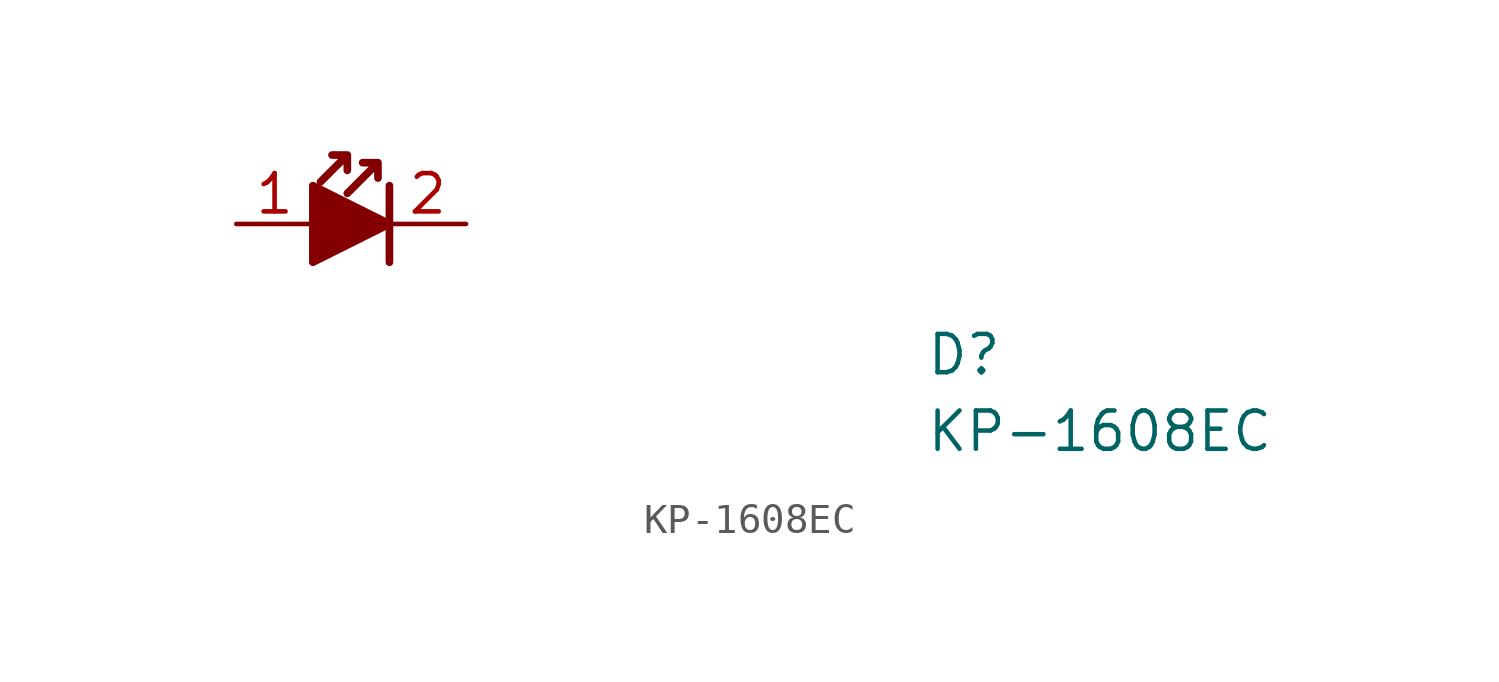
<source format=kicad_sym>
(kicad_symbol_lib
  (version 20211014)
  (generator kicad_symbol_editor)
  (symbol "KP-1608EC"
    (pin_names hide)
    (property "Reference" "D"
      (at 22.86 -5.08 0)
      (effects (font (size 1.27 1.27) (thickness 0.15)) (justify left bottom)))
    (property "Value" "KP-1608EC"
      (at 22.86 -7.62 0)
      (effects (font (size 1.27 1.27) (thickness 0.15)) (justify left bottom)))
    (symbol "KP-1608EC_1_1"
      (polyline (pts (xy 5.08 1.27) (xy 5.08 -1.27)) (stroke (width 0.254) (type default) (color 0 0 0 0)) (fill (type none)))
      (polyline (pts (xy 2.54 1.27) (xy 2.54 -1.27) (xy 5.08 0) (xy 2.54 1.27)) (stroke (width 0.254) (type default) (color 0 0 0 0)) (fill (type outline)))
      (polyline (pts (xy 3.683 2.286) (xy 3.683 1.778) (xy 3.683 2.286) (xy 3.175 2.286) (xy 3.683 2.286) (xy 2.794 1.397)) (stroke (width 0.254) (type default) (color 0 0 0 0)) (fill (type none)))
      (polyline (pts (xy 4.699 2.032) (xy 4.699 1.524) (xy 4.699 2.032) (xy 4.191 2.032) (xy 4.699 2.032) (xy 3.683 1.016)) (stroke (width 0.254) (type default) (color 0 0 0 0)) (fill (type none)))
      (pin passive line (at 0 0 0) (length 2.54) (name "1" (effects (font (size 1.27 1.27)))) (number "1" (effects (font (size 1.27 1.27)))))
      (pin passive line (at 7.62 0 180) (length 2.54) (name "2" (effects (font (size 1.27 1.27)))) (number "2" (effects (font (size 1.27 1.27))))))))
</source>
